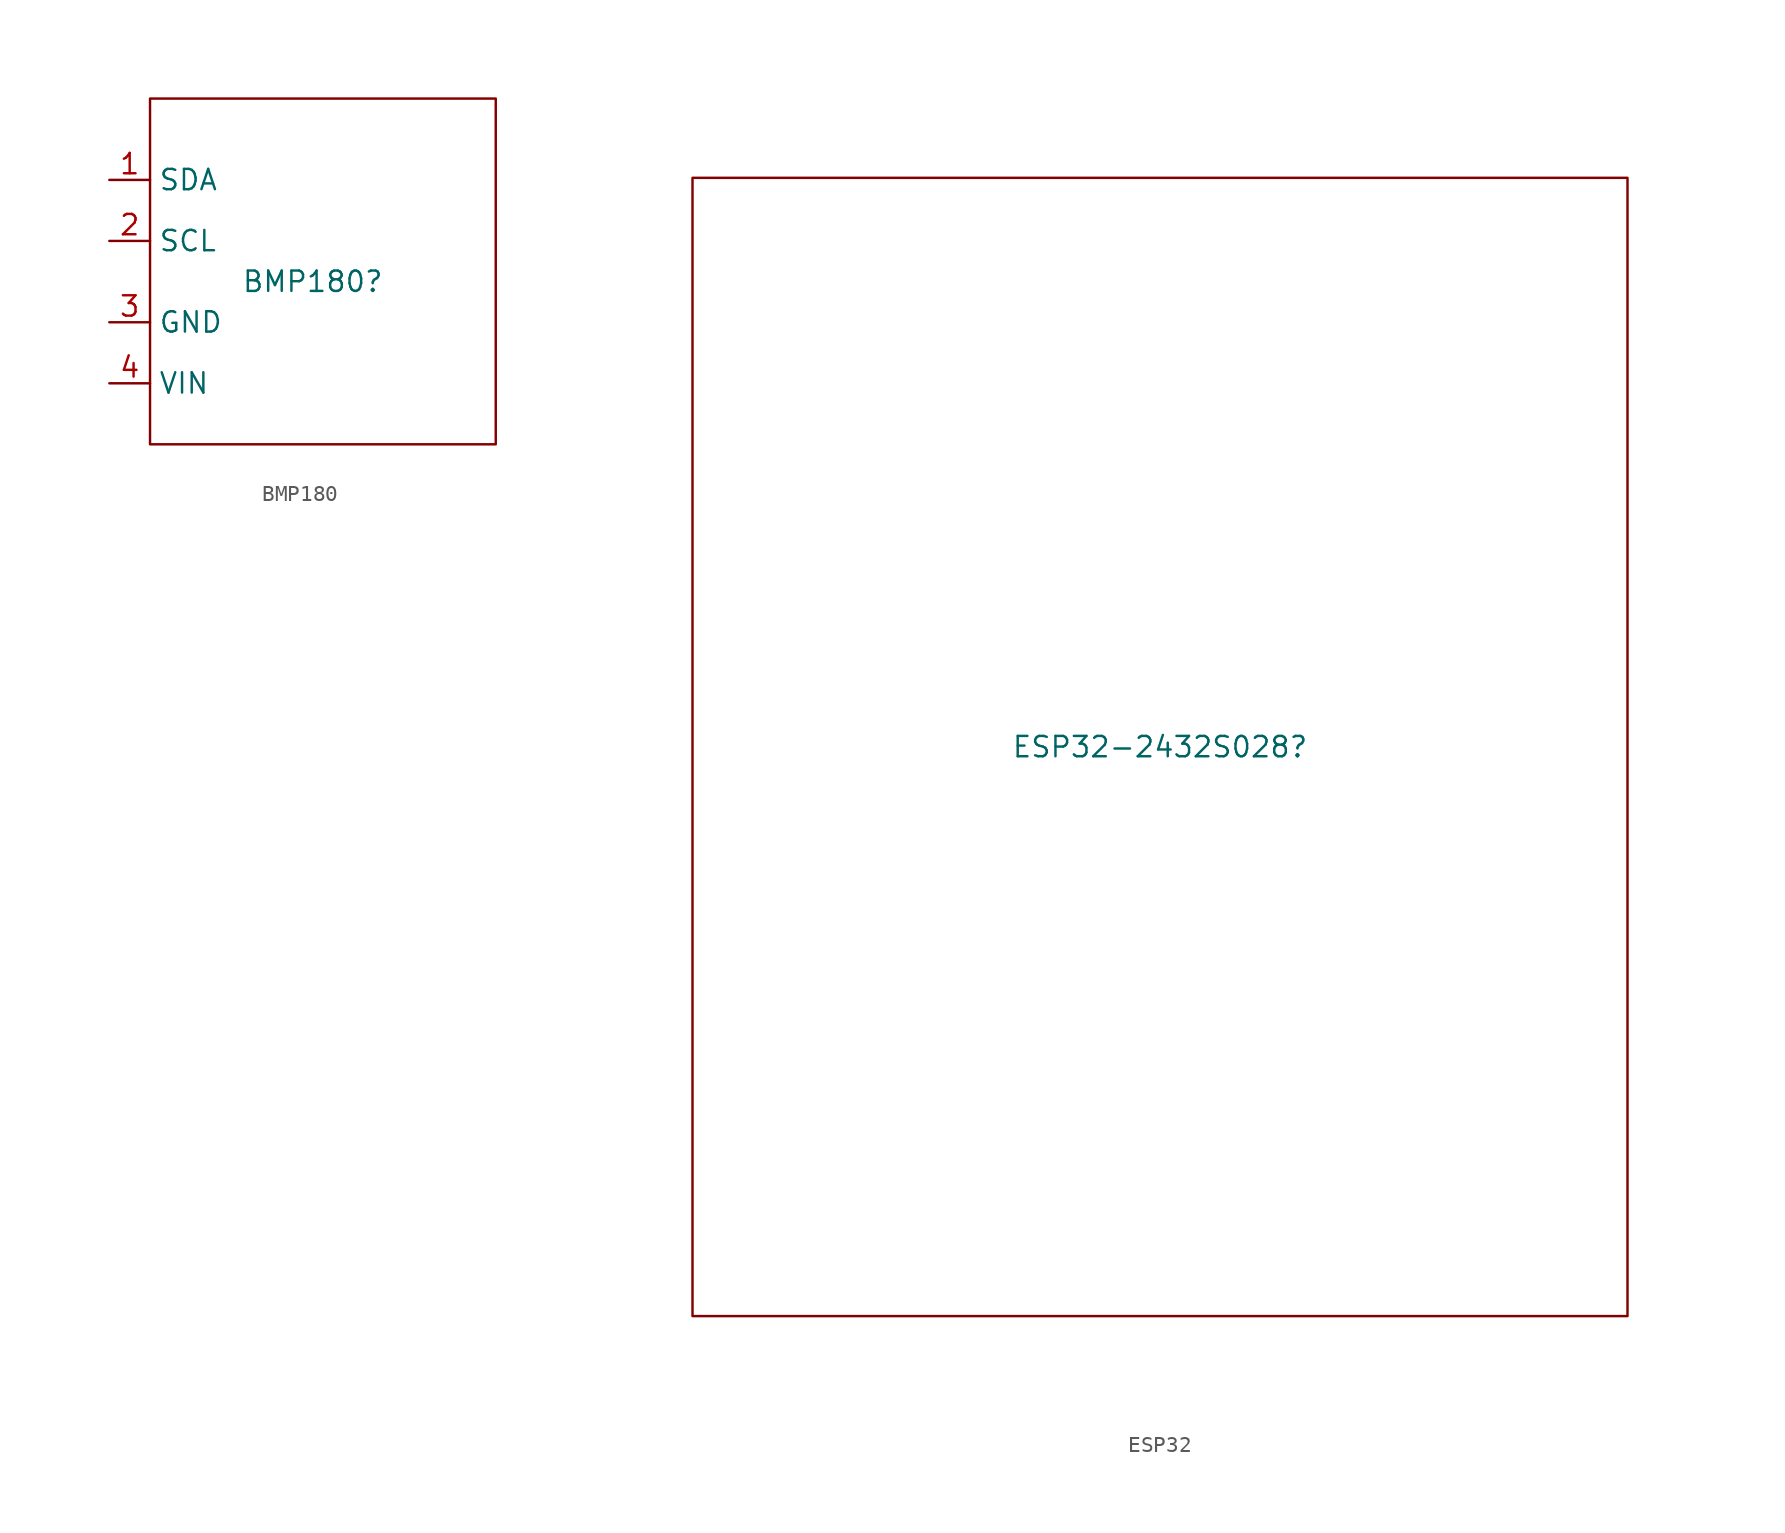
<source format=kicad_sym>
(kicad_symbol_lib
  (version 20220914)
  (generator kicad_symbol_editor)
  (symbol "BMP180"
    (property "Reference" "BMP180"
      (at 5.08 0 0)
      (effects (font (size 1.27 1.27))))
    (property "Value" ""
      (at 0 0 0)
      (effects (font (size 1.27 1.27))))
    (symbol "BMP180_0_1"
      (rectangle (start -5.08 11.43) (end 16.51 -10.16) (stroke (width 0) (type default)) (fill (type none))))
    (symbol "BMP180_1_1"
      (pin input line (at -7.62 6.35 0) (length 2.54) (name "SDA" (effects (font (size 1.27 1.27)))) (number "1" (effects (font (size 1.27 1.27)))))
      (pin input line (at -7.62 2.54 0) (length 2.54) (name "SCL" (effects (font (size 1.27 1.27)))) (number "2" (effects (font (size 1.27 1.27)))))
      (pin input line (at -7.62 -2.54 0) (length 2.54) (name "GND" (effects (font (size 1.27 1.27)))) (number "3" (effects (font (size 1.27 1.27)))))
      (pin input line (at -7.62 -6.35 0) (length 2.54) (name "VIN" (effects (font (size 1.27 1.27)))) (number "4" (effects (font (size 1.27 1.27)))))))
  (symbol "ESP32"
    (property "Reference" "ESP32-2432S028"
      (at 0 0 0)
      (effects (font (size 1.27 1.27))))
    (property "Value" ""
      (at 0 0 0)
      (effects (font (size 1.27 1.27))))
    (symbol "ESP32_0_1"
      (rectangle (start -29.21 35.56) (end 29.21 -35.56) (stroke (width 0) (type default)) (fill (type none))))))
</source>
